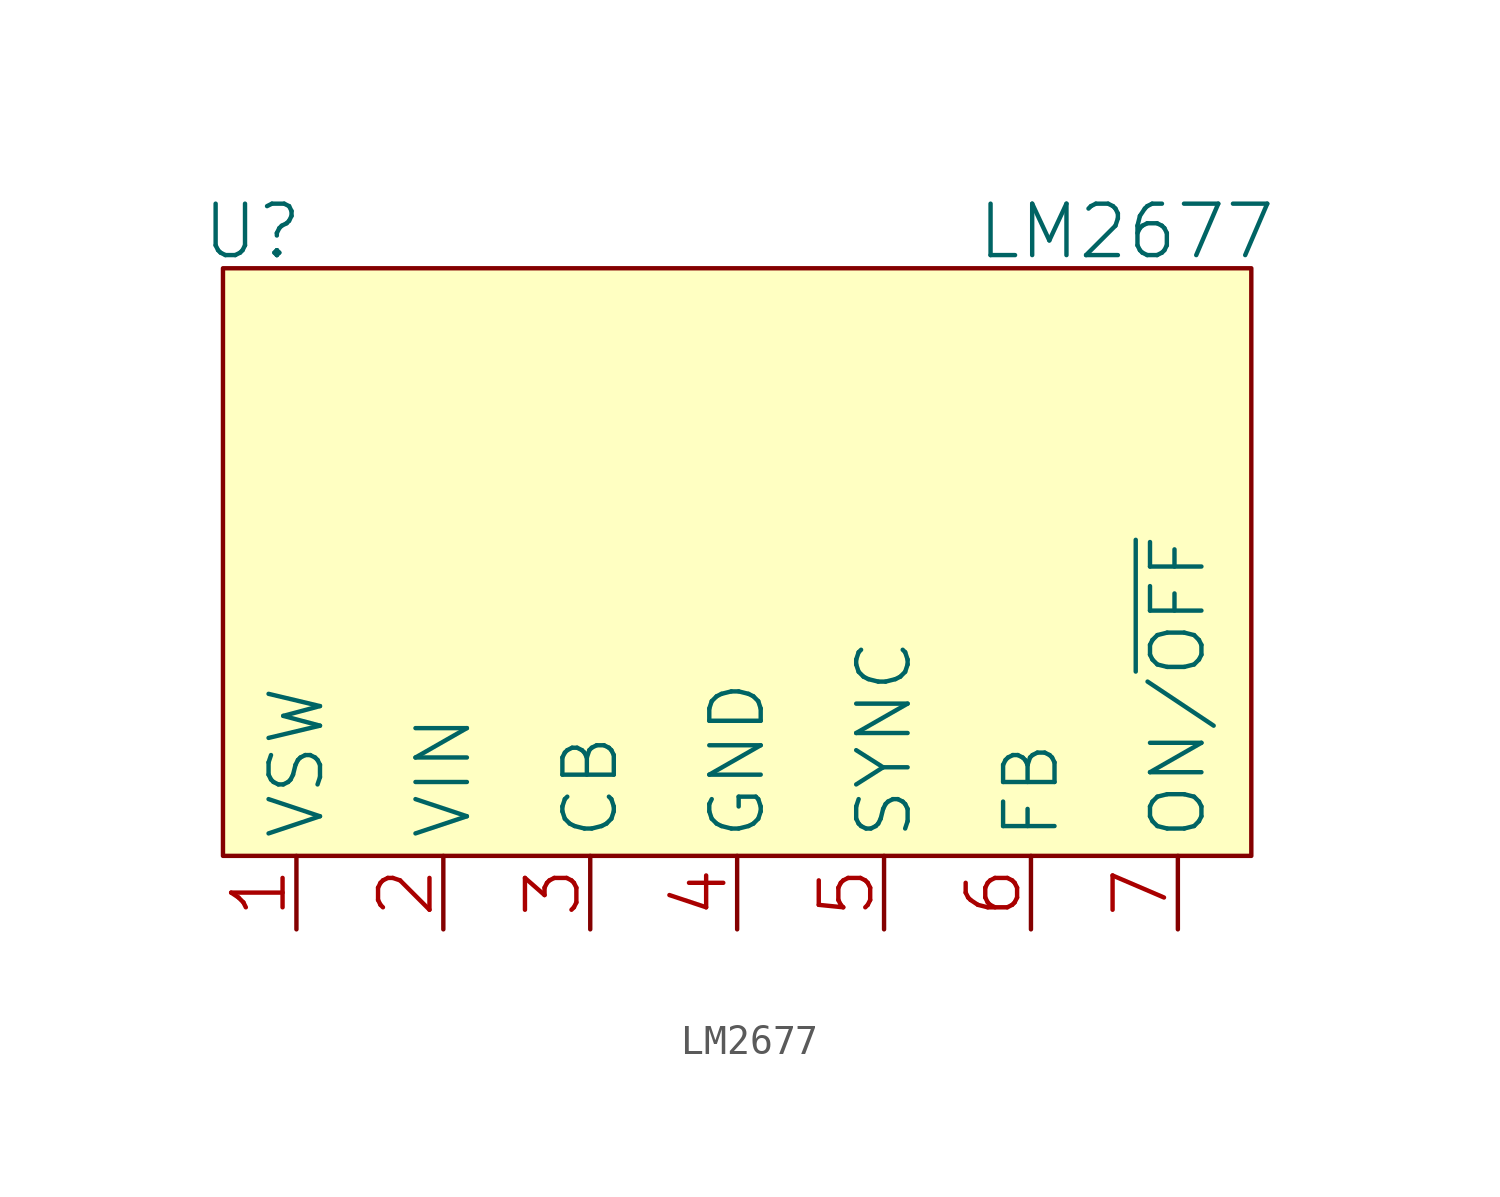
<source format=kicad_sym>
(kicad_symbol_lib
  (version 20211014)
  (generator kicad_symbol_editor)
  (symbol "LM2677"
    (property "Reference" "U"
      (at -16.764 19.05 0)
      (effects (font (size 1.778 1.778))))
    (property "Value" "LM2677"
      (at 13.462 19.05 0)
      (effects (font (size 1.778 1.778))))
    (symbol "LM2677_0_0"
      (rectangle (start -17.78 17.78) (end 17.78 -2.54) (stroke (width 0) (type default) (color 0 0 0 0)) (fill (type background))))
    (symbol "LM2677_1_1"
      (pin output line (at -15.24 -5.08 90) (length 2.54) (name "VSW" (effects (font (size 1.778 1.778)))) (number "1" (effects (font (size 1.778 1.778)))))
      (pin input line (at -10.16 -5.08 90) (length 2.54) (name "VIN" (effects (font (size 1.778 1.778)))) (number "2" (effects (font (size 1.778 1.778)))))
      (pin input line (at -5.08 -5.08 90) (length 2.54) (name "CB" (effects (font (size 1.778 1.778)))) (number "3" (effects (font (size 1.778 1.778)))))
      (pin power_in line (at 0 -5.08 90) (length 2.54) (name "GND" (effects (font (size 1.778 1.778)))) (number "4" (effects (font (size 1.778 1.778)))))
      (pin input line (at 5.08 -5.08 90) (length 2.54) (name "SYNC" (effects (font (size 1.778 1.778)))) (number "5" (effects (font (size 1.778 1.778)))))
      (pin input line (at 10.16 -5.08 90) (length 2.54) (name "FB" (effects (font (size 1.778 1.778)))) (number "6" (effects (font (size 1.778 1.778)))))
      (pin input line (at 15.24 -5.08 90) (length 2.54) (name "ON/~{OFF}" (effects (font (size 1.778 1.778)))) (number "7" (effects (font (size 1.778 1.778))))))))
</source>
